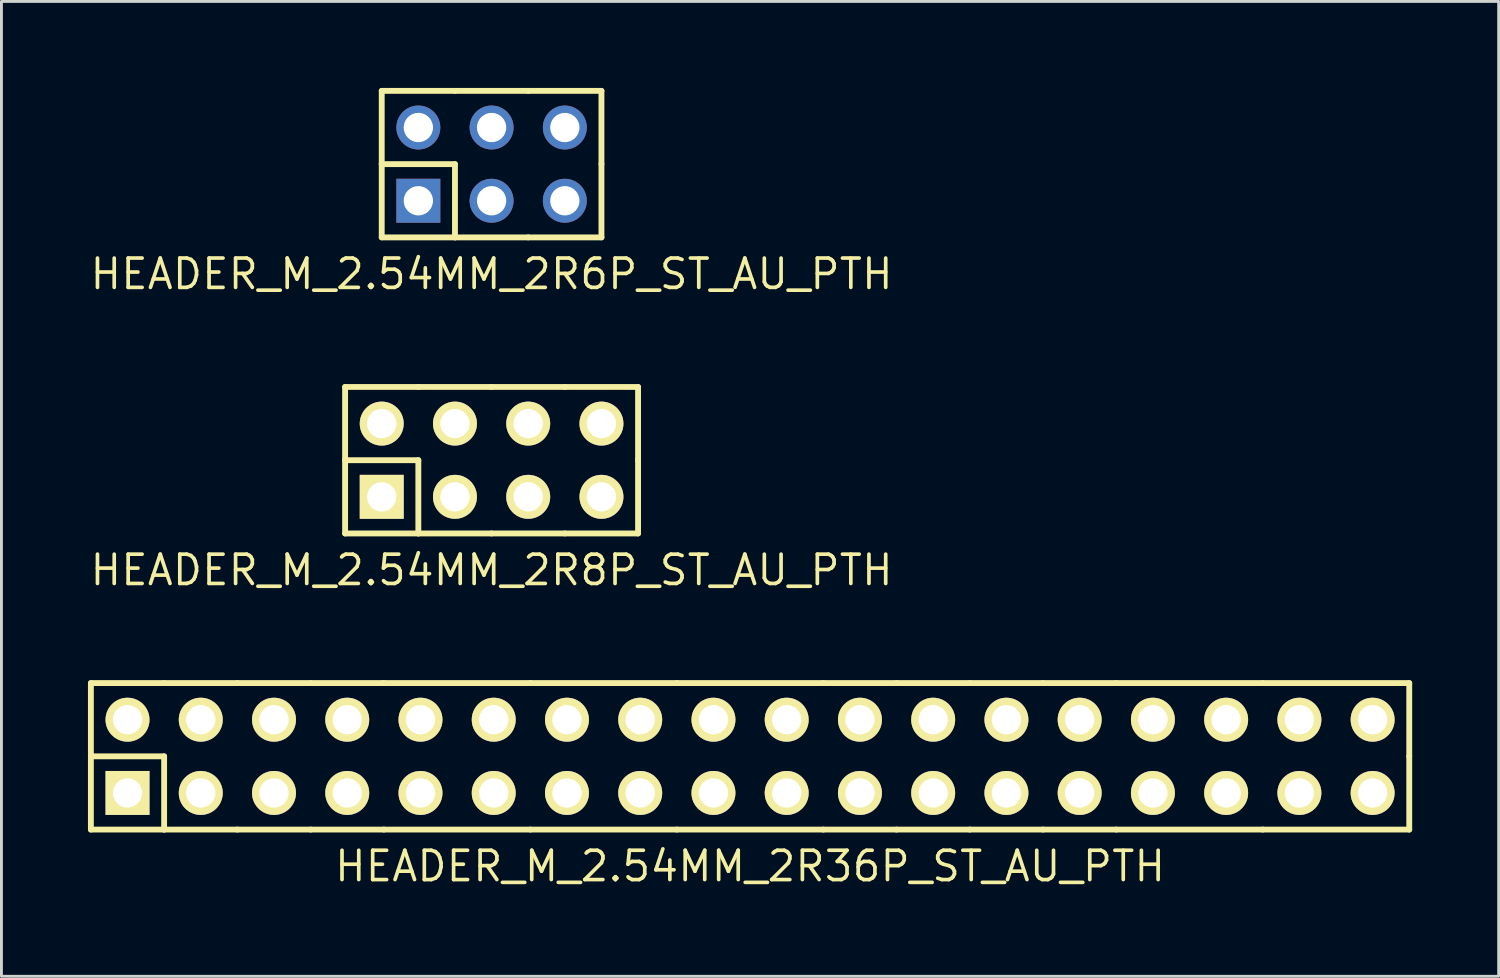
<source format=kicad_pcb>
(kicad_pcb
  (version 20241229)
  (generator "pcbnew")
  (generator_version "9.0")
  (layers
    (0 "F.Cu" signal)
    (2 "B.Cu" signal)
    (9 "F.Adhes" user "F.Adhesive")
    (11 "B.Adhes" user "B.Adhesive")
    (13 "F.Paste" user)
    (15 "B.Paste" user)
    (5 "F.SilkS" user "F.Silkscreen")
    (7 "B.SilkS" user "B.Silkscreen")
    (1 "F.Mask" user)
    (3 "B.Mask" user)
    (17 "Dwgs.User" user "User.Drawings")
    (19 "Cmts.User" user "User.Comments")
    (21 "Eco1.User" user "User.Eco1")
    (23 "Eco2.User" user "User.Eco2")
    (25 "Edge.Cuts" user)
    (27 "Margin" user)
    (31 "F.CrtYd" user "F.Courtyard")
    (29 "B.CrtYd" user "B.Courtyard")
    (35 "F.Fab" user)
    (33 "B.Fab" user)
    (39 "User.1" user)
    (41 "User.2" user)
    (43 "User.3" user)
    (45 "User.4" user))
  (footprint "HEADER_M_2.54MM_2R8P_ST_AU_PTH"
    (layer "F.Cu")
    (at 13.998 12.91)
    (property "Reference" "HEADER_M_2.54MM_2R8P_ST_AU_PTH" (at 0 3.81 0) (layer "F.SilkS") (effects (font (size 1.016 1.016) (thickness 0.127))))
    (attr through_hole)
    (fp_line (start -5.08 -2.54) (end -2.54 -2.54) (stroke (width 0.203) (type solid)) (layer "F.SilkS"))
    (fp_line (start -5.08 0) (end -5.08 -2.54) (stroke (width 0.203) (type solid)) (layer "F.SilkS"))
    (fp_line (start -5.08 0) (end -2.54 0) (stroke (width 0.203) (type solid)) (layer "F.SilkS"))
    (fp_line (start -5.08 2.54) (end -5.08 0) (stroke (width 0.203) (type solid)) (layer "F.SilkS"))
    (fp_line (start -5.08 2.54) (end -2.54 2.54) (stroke (width 0.203) (type solid)) (layer "F.SilkS"))
    (fp_line (start -2.54 -2.54) (end 0 -2.54) (stroke (width 0.203) (type solid)) (layer "F.SilkS"))
    (fp_line (start -2.54 0) (end -2.54 2.54) (stroke (width 0.203) (type solid)) (layer "F.SilkS"))
    (fp_line (start -2.54 2.54) (end 0 2.54) (stroke (width 0.203) (type solid)) (layer "F.SilkS"))
    (fp_line (start 0 -2.54) (end 2.54 -2.54) (stroke (width 0.203) (type solid)) (layer "F.SilkS"))
    (fp_line (start 0 2.54) (end 2.54 2.54) (stroke (width 0.203) (type solid)) (layer "F.SilkS"))
    (fp_line (start 2.54 -2.54) (end 5.08 -2.54) (stroke (width 0.203) (type solid)) (layer "F.SilkS"))
    (fp_line (start 2.54 2.54) (end 5.08 2.54) (stroke (width 0.203) (type solid)) (layer "F.SilkS"))
    (fp_line (start 5.08 -2.54) (end 5.08 0) (stroke (width 0.203) (type solid)) (layer "F.SilkS"))
    (fp_line (start 5.08 0) (end 5.08 2.54) (stroke (width 0.203) (type solid)) (layer "F.SilkS"))
    (pad "1" thru_hole rect (at -3.81 1.27) (size 1.524 1.524) (drill 1.016) (layers "*.Cu" "*.Mask" "F.SilkS"))
    (pad "2" thru_hole circle (at -3.81 -1.27) (size 1.524 1.524) (drill 1.016) (layers "*.Cu" "*.Mask" "F.SilkS"))
    (pad "3" thru_hole circle (at -1.27 -1.27) (size 1.524 1.524) (drill 1.016) (layers "*.Cu" "*.Mask" "F.SilkS"))
    (pad "4" thru_hole circle (at -1.27 1.27) (size 1.524 1.524) (drill 1.016) (layers "*.Cu" "*.Mask" "F.SilkS"))
    (pad "5" thru_hole circle (at 1.27 1.27) (size 1.524 1.524) (drill 1.016) (layers "*.Cu" "*.Mask" "F.SilkS"))
    (pad "6" thru_hole circle (at 1.27 -1.27) (size 1.524 1.524) (drill 1.016) (layers "*.Cu" "*.Mask" "F.SilkS"))
    (pad "7" thru_hole circle (at 3.81 1.27) (size 1.524 1.524) (drill 1.016) (layers "*.Cu" "*.Mask" "F.SilkS"))
    (pad "8" thru_hole circle (at 3.81 -1.27) (size 1.524 1.524) (drill 1.016) (layers "*.Cu" "*.Mask" "F.SilkS")))
  (footprint "HEADER_M_2.54MM_2R36P_ST_AU_PTH"
    (layer "F.Cu")
    (at 22.962 23.179)
    (property "Reference" "HEADER_M_2.54MM_2R36P_ST_AU_PTH" (at 0 3.81 0) (layer "F.SilkS") (effects (font (size 1.016 1.016) (thickness 0.127))))
    (attr through_hole)
    (fp_line (start -22.86 -2.54) (end -20.32 -2.54) (stroke (width 0.203) (type solid)) (layer "F.SilkS"))
    (fp_line (start -22.86 0) (end -22.86 -2.54) (stroke (width 0.203) (type solid)) (layer "F.SilkS"))
    (fp_line (start -22.86 0) (end -20.32 0) (stroke (width 0.203) (type solid)) (layer "F.SilkS"))
    (fp_line (start -22.86 2.54) (end -22.86 0) (stroke (width 0.203) (type solid)) (layer "F.SilkS"))
    (fp_line (start -22.86 2.54) (end -20.32 2.54) (stroke (width 0.203) (type solid)) (layer "F.SilkS"))
    (fp_line (start -20.32 -2.54) (end -17.78 -2.54) (stroke (width 0.203) (type solid)) (layer "F.SilkS"))
    (fp_line (start -20.32 0) (end -20.32 2.54) (stroke (width 0.203) (type solid)) (layer "F.SilkS"))
    (fp_line (start -20.32 2.54) (end -17.78 2.54) (stroke (width 0.203) (type solid)) (layer "F.SilkS"))
    (fp_line (start -17.78 -2.54) (end -15.24 -2.54) (stroke (width 0.203) (type solid)) (layer "F.SilkS"))
    (fp_line (start -17.78 2.54) (end -15.24 2.54) (stroke (width 0.203) (type solid)) (layer "F.SilkS"))
    (fp_line (start -15.24 -2.54) (end -12.7 -2.54) (stroke (width 0.203) (type solid)) (layer "F.SilkS"))
    (fp_line (start -15.24 2.54) (end -12.7 2.54) (stroke (width 0.203) (type solid)) (layer "F.SilkS"))
    (fp_line (start -12.7 -2.54) (end -7.62 -2.54) (stroke (width 0.203) (type solid)) (layer "F.SilkS"))
    (fp_line (start -12.7 2.54) (end -7.62 2.54) (stroke (width 0.203) (type solid)) (layer "F.SilkS"))
    (fp_line (start -7.62 -2.54) (end -2.54 -2.54) (stroke (width 0.203) (type solid)) (layer "F.SilkS"))
    (fp_line (start -7.62 2.54) (end -2.54 2.54) (stroke (width 0.203) (type solid)) (layer "F.SilkS"))
    (fp_line (start -2.54 -2.54) (end 2.54 -2.54) (stroke (width 0.203) (type solid)) (layer "F.SilkS"))
    (fp_line (start -2.54 2.54) (end 2.54 2.54) (stroke (width 0.203) (type solid)) (layer "F.SilkS"))
    (fp_line (start 2.54 -2.54) (end 5.08 -2.54) (stroke (width 0.203) (type solid)) (layer "F.SilkS"))
    (fp_line (start 2.54 2.54) (end 5.08 2.54) (stroke (width 0.203) (type solid)) (layer "F.SilkS"))
    (fp_line (start 5.08 -2.54) (end 7.62 -2.54) (stroke (width 0.203) (type solid)) (layer "F.SilkS"))
    (fp_line (start 5.08 2.54) (end 7.62 2.54) (stroke (width 0.203) (type solid)) (layer "F.SilkS"))
    (fp_line (start 7.62 -2.54) (end 10.16 -2.54) (stroke (width 0.203) (type solid)) (layer "F.SilkS"))
    (fp_line (start 7.62 2.54) (end 10.16 2.54) (stroke (width 0.203) (type solid)) (layer "F.SilkS"))
    (fp_line (start 10.16 -2.54) (end 12.7 -2.54) (stroke (width 0.203) (type solid)) (layer "F.SilkS"))
    (fp_line (start 10.16 2.54) (end 12.7 2.54) (stroke (width 0.203) (type solid)) (layer "F.SilkS"))
    (fp_line (start 12.7 -2.54) (end 17.78 -2.54) (stroke (width 0.203) (type solid)) (layer "F.SilkS"))
    (fp_line (start 12.7 2.54) (end 17.78 2.54) (stroke (width 0.203) (type solid)) (layer "F.SilkS"))
    (fp_line (start 17.78 -2.54) (end 22.86 -2.54) (stroke (width 0.203) (type solid)) (layer "F.SilkS"))
    (fp_line (start 17.78 2.54) (end 22.86 2.54) (stroke (width 0.203) (type solid)) (layer "F.SilkS"))
    (fp_line (start 22.86 -2.54) (end 22.86 0) (stroke (width 0.203) (type solid)) (layer "F.SilkS"))
    (fp_line (start 22.86 0) (end 22.86 2.54) (stroke (width 0.203) (type solid)) (layer "F.SilkS"))
    (pad "1" thru_hole rect (at -21.59 1.27) (size 1.524 1.524) (drill 1.016) (layers "*.Cu" "*.Mask" "F.SilkS"))
    (pad "2" thru_hole circle (at -21.59 -1.27) (size 1.524 1.524) (drill 1.016) (layers "*.Cu" "*.Mask" "F.SilkS"))
    (pad "3" thru_hole circle (at -19.05 -1.27) (size 1.524 1.524) (drill 1.016) (layers "*.Cu" "*.Mask" "F.SilkS"))
    (pad "4" thru_hole circle (at -19.05 1.27) (size 1.524 1.524) (drill 1.016) (layers "*.Cu" "*.Mask" "F.SilkS"))
    (pad "5" thru_hole circle (at -16.51 1.27) (size 1.524 1.524) (drill 1.016) (layers "*.Cu" "*.Mask" "F.SilkS"))
    (pad "6" thru_hole circle (at -16.51 -1.27) (size 1.524 1.524) (drill 1.016) (layers "*.Cu" "*.Mask" "F.SilkS"))
    (pad "7" thru_hole circle (at -13.97 1.27) (size 1.524 1.524) (drill 1.016) (layers "*.Cu" "*.Mask" "F.SilkS"))
    (pad "8" thru_hole circle (at -13.97 -1.27) (size 1.524 1.524) (drill 1.016) (layers "*.Cu" "*.Mask" "F.SilkS"))
    (pad "9" thru_hole circle (at -11.43 1.27) (size 1.524 1.524) (drill 1.016) (layers "*.Cu" "*.Mask" "F.SilkS"))
    (pad "10" thru_hole circle (at -11.43 -1.27) (size 1.524 1.524) (drill 1.016) (layers "*.Cu" "*.Mask" "F.SilkS"))
    (pad "11" thru_hole circle (at -8.89 1.27) (size 1.524 1.524) (drill 1.016) (layers "*.Cu" "*.Mask" "F.SilkS"))
    (pad "12" thru_hole circle (at -8.89 -1.27) (size 1.524 1.524) (drill 1.016) (layers "*.Cu" "*.Mask" "F.SilkS"))
    (pad "13" thru_hole circle (at -6.35 1.27) (size 1.524 1.524) (drill 1.016) (layers "*.Cu" "*.Mask" "F.SilkS"))
    (pad "14" thru_hole circle (at -6.35 -1.27) (size 1.524 1.524) (drill 1.016) (layers "*.Cu" "*.Mask" "F.SilkS"))
    (pad "15" thru_hole circle (at -3.81 1.27) (size 1.524 1.524) (drill 1.016) (layers "*.Cu" "*.Mask" "F.SilkS"))
    (pad "16" thru_hole circle (at -3.81 -1.27) (size 1.524 1.524) (drill 1.016) (layers "*.Cu" "*.Mask" "F.SilkS"))
    (pad "17" thru_hole circle (at -1.27 1.27) (size 1.524 1.524) (drill 1.016) (layers "*.Cu" "*.Mask" "F.SilkS"))
    (pad "18" thru_hole circle (at -1.27 -1.27) (size 1.524 1.524) (drill 1.016) (layers "*.Cu" "*.Mask" "F.SilkS"))
    (pad "19" thru_hole circle (at 1.27 1.27) (size 1.524 1.524) (drill 1.016) (layers "*.Cu" "*.Mask" "F.SilkS"))
    (pad "20" thru_hole circle (at 1.27 -1.27) (size 1.524 1.524) (drill 1.016) (layers "*.Cu" "*.Mask" "F.SilkS"))
    (pad "21" thru_hole circle (at 3.81 1.27) (size 1.524 1.524) (drill 1.016) (layers "*.Cu" "*.Mask" "F.SilkS"))
    (pad "22" thru_hole circle (at 3.81 -1.27) (size 1.524 1.524) (drill 1.016) (layers "*.Cu" "*.Mask" "F.SilkS"))
    (pad "23" thru_hole circle (at 6.35 1.27) (size 1.524 1.524) (drill 1.016) (layers "*.Cu" "*.Mask" "F.SilkS"))
    (pad "24" thru_hole circle (at 6.35 -1.27) (size 1.524 1.524) (drill 1.016) (layers "*.Cu" "*.Mask" "F.SilkS"))
    (pad "25" thru_hole circle (at 8.89 1.27) (size 1.524 1.524) (drill 1.016) (layers "*.Cu" "*.Mask" "F.SilkS"))
    (pad "26" thru_hole circle (at 8.89 -1.27) (size 1.524 1.524) (drill 1.016) (layers "*.Cu" "*.Mask" "F.SilkS"))
    (pad "27" thru_hole circle (at 11.43 1.27) (size 1.524 1.524) (drill 1.016) (layers "*.Cu" "*.Mask" "F.SilkS"))
    (pad "28" thru_hole circle (at 11.43 -1.27) (size 1.524 1.524) (drill 1.016) (layers "*.Cu" "*.Mask" "F.SilkS"))
    (pad "29" thru_hole circle (at 13.97 1.27) (size 1.524 1.524) (drill 1.016) (layers "*.Cu" "*.Mask" "F.SilkS"))
    (pad "30" thru_hole circle (at 13.97 -1.27) (size 1.524 1.524) (drill 1.016) (layers "*.Cu" "*.Mask" "F.SilkS"))
    (pad "31" thru_hole circle (at 16.51 1.27) (size 1.524 1.524) (drill 1.016) (layers "*.Cu" "*.Mask" "F.SilkS"))
    (pad "32" thru_hole circle (at 16.51 -1.27) (size 1.524 1.524) (drill 1.016) (layers "*.Cu" "*.Mask" "F.SilkS"))
    (pad "33" thru_hole circle (at 19.05 1.27) (size 1.524 1.524) (drill 1.016) (layers "*.Cu" "*.Mask" "F.SilkS"))
    (pad "34" thru_hole circle (at 19.05 -1.27) (size 1.524 1.524) (drill 1.016) (layers "*.Cu" "*.Mask" "F.SilkS"))
    (pad "35" thru_hole circle (at 21.59 1.27) (size 1.524 1.524) (drill 1.016) (layers "*.Cu" "*.Mask" "F.SilkS"))
    (pad "36" thru_hole circle (at 21.59 -1.27) (size 1.524 1.524) (drill 1.016) (layers "*.Cu" "*.Mask" "F.SilkS")))
  (footprint "HEADER_M_2.54MM_2R6P_ST_AU_PTH"
    (layer "F.Cu")
    (at 13.998 2.642)
    (property "Reference" "HEADER_M_2.54MM_2R6P_ST_AU_PTH" (at 0 3.81 0) (layer "F.SilkS") (effects (font (size 1.016 1.016) (thickness 0.127))))
    (attr through_hole)
    (fp_line (start -3.81 -2.54) (end -1.27 -2.54) (stroke (width 0.203) (type solid)) (layer "F.SilkS"))
    (fp_line (start -3.81 0) (end -3.81 -2.54) (stroke (width 0.203) (type solid)) (layer "F.SilkS"))
    (fp_line (start -3.81 0) (end -1.27 0) (stroke (width 0.203) (type solid)) (layer "F.SilkS"))
    (fp_line (start -3.81 2.54) (end -3.81 0) (stroke (width 0.203) (type solid)) (layer "F.SilkS"))
    (fp_line (start -3.81 2.54) (end -1.27 2.54) (stroke (width 0.203) (type solid)) (layer "F.SilkS"))
    (fp_line (start -1.27 -2.54) (end 1.27 -2.54) (stroke (width 0.203) (type solid)) (layer "F.SilkS"))
    (fp_line (start -1.27 0) (end -1.27 2.54) (stroke (width 0.203) (type solid)) (layer "F.SilkS"))
    (fp_line (start -1.27 2.54) (end 1.27 2.54) (stroke (width 0.203) (type solid)) (layer "F.SilkS"))
    (fp_line (start 1.27 -2.54) (end 3.81 -2.54) (stroke (width 0.203) (type solid)) (layer "F.SilkS"))
    (fp_line (start 1.27 2.54) (end 3.81 2.54) (stroke (width 0.203) (type solid)) (layer "F.SilkS"))
    (fp_line (start 3.81 -2.54) (end 3.81 0) (stroke (width 0.203) (type solid)) (layer "F.SilkS"))
    (fp_line (start 3.81 0) (end 3.81 2.54) (stroke (width 0.203) (type solid)) (layer "F.SilkS"))
    (pad "1" thru_hole rect (at -2.54 1.27) (size 1.524 1.524) (drill 1.016) (layers "*.Cu" "*.Mask"))
    (pad "2" thru_hole circle (at -2.54 -1.27) (size 1.524 1.524) (drill 1.016) (layers "*.Cu" "*.Mask"))
    (pad "3" thru_hole circle (at 0 1.27) (size 1.524 1.524) (drill 1.016) (layers "*.Cu" "*.Mask"))
    (pad "4" thru_hole circle (at 0 -1.27) (size 1.524 1.524) (drill 1.016) (layers "*.Cu" "*.Mask"))
    (pad "5" thru_hole circle (at 2.54 1.27) (size 1.524 1.524) (drill 1.016) (layers "*.Cu" "*.Mask"))
    (pad "6" thru_hole circle (at 2.54 -1.27) (size 1.524 1.524) (drill 1.016) (layers "*.Cu" "*.Mask")))
  (gr_rect
    (start -3 -3)
    (end 48.923 30.807)
    (stroke (width 0.1) (type default))
    (fill no)
    (layer "Edge.Cuts")))
</source>
